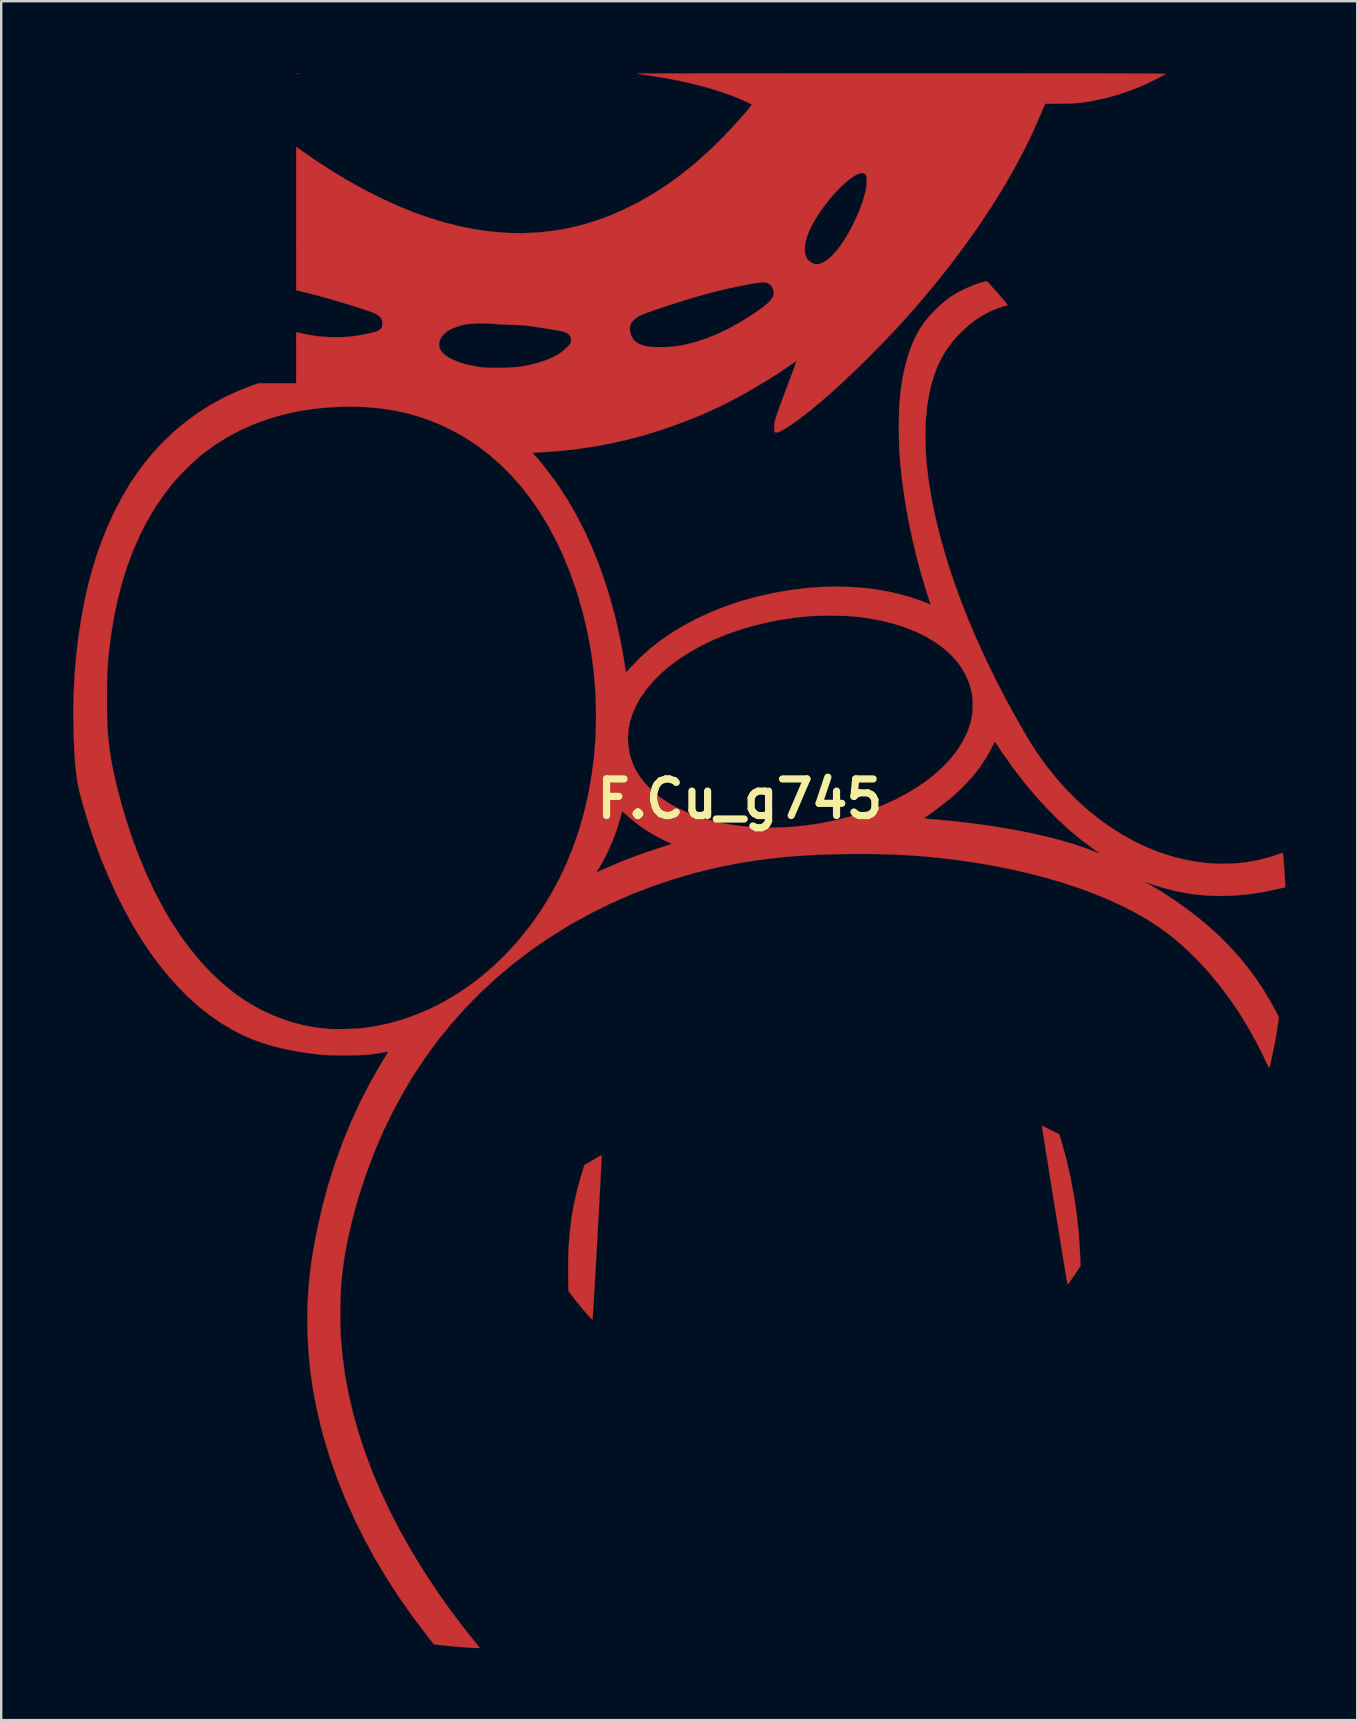
<source format=kicad_pcb>
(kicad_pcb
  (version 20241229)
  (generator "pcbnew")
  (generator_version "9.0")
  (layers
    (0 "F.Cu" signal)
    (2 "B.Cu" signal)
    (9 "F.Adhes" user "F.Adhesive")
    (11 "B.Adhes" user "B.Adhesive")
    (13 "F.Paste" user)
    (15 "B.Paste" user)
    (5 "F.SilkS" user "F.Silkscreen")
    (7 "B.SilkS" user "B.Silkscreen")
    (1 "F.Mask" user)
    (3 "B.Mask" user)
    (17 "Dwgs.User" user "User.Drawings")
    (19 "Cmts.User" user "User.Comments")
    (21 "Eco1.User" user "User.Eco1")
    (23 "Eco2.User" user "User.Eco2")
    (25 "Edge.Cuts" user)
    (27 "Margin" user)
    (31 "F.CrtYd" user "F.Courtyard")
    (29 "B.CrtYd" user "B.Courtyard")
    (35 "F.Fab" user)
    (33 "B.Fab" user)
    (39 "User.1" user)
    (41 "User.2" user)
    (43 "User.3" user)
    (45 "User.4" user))
  (footprint "F.Cu_g745"
    (layer "F.Cu")
    (at 27.767 30.23)
    (property "Reference" "F.Cu_g745" (at 0 0 0) (layer "F.SilkS") (effects (font (size 1.524 1.524) (thickness 0.3))))
    (attr through_hole)
    (fp_poly (pts (xy -18.378 -30.219) (xy -18.371 -30.213) (xy -18.401 -30.21) (xy -18.415 -30.21) (xy -18.454 -30.212) (xy -18.458 -30.217) (xy -18.452 -30.219) (xy -18.398 -30.223) (xy -18.378 -30.219)) (stroke (width 0.01) (type solid)) (fill yes) (layer "F.Cu"))
    (fp_poly (pts (xy -5.761 14.907) (xy -5.761 14.937) (xy -5.764 15.006) (xy -5.768 15.112) (xy -5.775 15.251) (xy -5.783 15.422) (xy -5.794 15.621) (xy -5.805 15.845) (xy -5.818 16.092) (xy -5.832 16.359) (xy -5.848 16.643) (xy -5.864 16.942) (xy -5.881 17.252) (xy -5.898 17.571) (xy -5.916 17.895) (xy -5.934 18.223) (xy -5.952 18.552) (xy -5.97 18.878) (xy -5.989 19.199) (xy -6.006 19.512) (xy -6.023 19.814) (xy -6.04 20.103) (xy -6.056 20.376) (xy -6.07 20.629) (xy -6.084 20.861) (xy -6.096 21.068) (xy -6.107 21.247) (xy -6.117 21.397) (xy -6.124 21.513) (xy -6.13 21.594) (xy -6.134 21.636) (xy -6.135 21.641) (xy -6.141 21.662) (xy -6.15 21.672) (xy -6.166 21.668) (xy -6.192 21.646) (xy -6.234 21.603) (xy -6.295 21.536) (xy -6.378 21.441) (xy -6.397 21.419) (xy -6.592 21.191) (xy -6.767 20.979) (xy -6.919 20.788) (xy -7.042 20.621) (xy -7.137 20.489) (xy -7.149 19.817) (xy -7.149 19.184) (xy -7.125 18.58) (xy -7.078 17.998) (xy -7.005 17.431) (xy -6.907 16.872) (xy -6.781 16.314) (xy -6.627 15.75) (xy -6.558 15.523) (xy -6.471 15.244) (xy -5.768 14.84) (xy -5.761 14.907)) (stroke (width 0.01) (type solid)) (fill yes) (layer "F.Cu"))
    (fp_poly (pts (xy 12.603 13.621) (xy 12.655 13.644) (xy 12.733 13.681) (xy 12.831 13.73) (xy 12.942 13.786) (xy 12.95 13.79) (xy 13.308 13.974) (xy 13.395 14.263) (xy 13.596 14.992) (xy 13.769 15.746) (xy 13.914 16.518) (xy 14.03 17.301) (xy 14.114 18.086) (xy 14.166 18.866) (xy 14.173 19.043) (xy 14.188 19.448) (xy 14.097 19.593) (xy 14.047 19.67) (xy 13.979 19.771) (xy 13.901 19.883) (xy 13.822 19.997) (xy 13.748 20.1) (xy 13.688 20.182) (xy 13.664 20.211) (xy 13.652 20.203) (xy 13.644 20.172) (xy 13.638 20.139) (xy 13.625 20.068) (xy 13.607 19.961) (xy 13.584 19.822) (xy 13.556 19.652) (xy 13.523 19.455) (xy 13.487 19.234) (xy 13.447 18.991) (xy 13.404 18.728) (xy 13.359 18.449) (xy 13.311 18.156) (xy 13.262 17.853) (xy 13.211 17.541) (xy 13.16 17.223) (xy 13.108 16.903) (xy 13.056 16.583) (xy 13.005 16.265) (xy 12.954 15.953) (xy 12.905 15.648) (xy 12.858 15.355) (xy 12.813 15.075) (xy 12.771 14.812) (xy 12.732 14.567) (xy 12.696 14.345) (xy 12.665 14.146) (xy 12.638 13.975) (xy 12.615 13.834) (xy 12.599 13.726) (xy 12.588 13.652) (xy 12.583 13.617) (xy 12.583 13.615) (xy 12.603 13.621)) (stroke (width 0.01) (type solid)) (fill yes) (layer "F.Cu"))
    (fp_poly (pts (xy 6.743 -30.225) (xy 7.567 -30.225) (xy 8.35 -30.225) (xy 9.093 -30.225) (xy 9.796 -30.225) (xy 10.461 -30.225) (xy 11.089 -30.225) (xy 11.681 -30.224) (xy 12.237 -30.224) (xy 12.76 -30.224) (xy 13.249 -30.223) (xy 13.706 -30.223) (xy 14.132 -30.223) (xy 14.528 -30.222) (xy 14.896 -30.222) (xy 15.235 -30.221) (xy 15.547 -30.22) (xy 15.833 -30.22) (xy 16.095 -30.219) (xy 16.332 -30.218) (xy 16.547 -30.217) (xy 16.74 -30.216) (xy 16.912 -30.215) (xy 17.064 -30.214) (xy 17.198 -30.212) (xy 17.314 -30.211) (xy 17.413 -30.21) (xy 17.497 -30.208) (xy 17.566 -30.206) (xy 17.621 -30.205) (xy 17.664 -30.203) (xy 17.695 -30.201) (xy 17.716 -30.199) (xy 17.727 -30.197) (xy 17.729 -30.194) (xy 17.729 -30.194) (xy 17.687 -30.168) (xy 17.613 -30.127) (xy 17.514 -30.075) (xy 17.397 -30.015) (xy 17.266 -29.95) (xy 17.13 -29.884) (xy 16.995 -29.819) (xy 16.867 -29.759) (xy 16.753 -29.707) (xy 16.665 -29.668) (xy 16.232 -29.5) (xy 15.783 -29.349) (xy 15.331 -29.22) (xy 14.892 -29.118) (xy 14.83 -29.106) (xy 14.629 -29.068) (xy 14.453 -29.038) (xy 14.292 -29.014) (xy 14.138 -28.996) (xy 13.98 -28.983) (xy 13.811 -28.974) (xy 13.619 -28.969) (xy 13.397 -28.965) (xy 13.346 -28.965) (xy 12.712 -28.959) (xy 12.583 -28.645) (xy 12.238 -27.852) (xy 11.852 -27.052) (xy 11.424 -26.246) (xy 10.955 -25.433) (xy 10.446 -24.615) (xy 9.895 -23.792) (xy 9.305 -22.964) (xy 8.674 -22.132) (xy 8.366 -21.743) (xy 7.968 -21.252) (xy 7.577 -20.784) (xy 7.185 -20.331) (xy 6.786 -19.886) (xy 6.375 -19.44) (xy 5.942 -18.988) (xy 5.483 -18.52) (xy 5.388 -18.424) (xy 4.957 -17.999) (xy 4.537 -17.596) (xy 4.131 -17.218) (xy 3.739 -16.865) (xy 3.364 -16.539) (xy 3.008 -16.242) (xy 2.671 -15.976) (xy 2.356 -15.741) (xy 2.117 -15.574) (xy 1.933 -15.454) (xy 1.779 -15.364) (xy 1.655 -15.301) (xy 1.559 -15.267) (xy 1.492 -15.26) (xy 1.451 -15.281) (xy 1.448 -15.286) (xy 1.441 -15.317) (xy 1.437 -15.379) (xy 1.435 -15.46) (xy 1.435 -15.492) (xy 1.437 -15.558) (xy 1.442 -15.623) (xy 1.452 -15.691) (xy 1.468 -15.767) (xy 1.492 -15.855) (xy 1.524 -15.959) (xy 1.566 -16.083) (xy 1.618 -16.232) (xy 1.683 -16.41) (xy 1.762 -16.622) (xy 1.802 -16.727) (xy 1.913 -17.024) (xy 2.01 -17.283) (xy 2.094 -17.506) (xy 2.164 -17.696) (xy 2.223 -17.853) (xy 2.27 -17.981) (xy 2.306 -18.081) (xy 2.333 -18.156) (xy 2.35 -18.206) (xy 2.358 -18.234) (xy 2.359 -18.242) (xy 2.341 -18.233) (xy 2.293 -18.202) (xy 2.221 -18.155) (xy 2.13 -18.093) (xy 2.024 -18.021) (xy 1.99 -17.997) (xy 1.586 -17.725) (xy 1.156 -17.452) (xy 0.71 -17.183) (xy 0.255 -16.921) (xy -0.199 -16.673) (xy -0.645 -16.443) (xy -1.074 -16.235) (xy -1.281 -16.14) (xy -1.74 -15.943) (xy -2.229 -15.748) (xy -2.735 -15.56) (xy -3.243 -15.385) (xy -3.741 -15.226) (xy -4.011 -15.146) (xy -4.67 -14.971) (xy -5.351 -14.817) (xy -6.043 -14.687) (xy -6.737 -14.582) (xy -7.423 -14.503) (xy -8.092 -14.453) (xy -8.295 -14.443) (xy -8.41 -14.438) (xy -8.508 -14.431) (xy -8.583 -14.425) (xy -8.627 -14.419) (xy -8.636 -14.415) (xy -8.622 -14.393) (xy -8.587 -14.355) (xy -8.571 -14.339) (xy -8.51 -14.275) (xy -8.428 -14.182) (xy -8.33 -14.065) (xy -8.22 -13.929) (xy -8.102 -13.779) (xy -7.98 -13.621) (xy -7.858 -13.46) (xy -7.74 -13.301) (xy -7.631 -13.149) (xy -7.553 -13.039) (xy -7.174 -12.455) (xy -6.817 -11.837) (xy -6.482 -11.187) (xy -6.171 -10.506) (xy -5.885 -9.798) (xy -5.623 -9.063) (xy -5.388 -8.306) (xy -5.18 -7.527) (xy -5 -6.729) (xy -4.986 -6.661) (xy -4.955 -6.503) (xy -4.922 -6.326) (xy -4.889 -6.14) (xy -4.856 -5.954) (xy -4.827 -5.776) (xy -4.801 -5.616) (xy -4.782 -5.482) (xy -4.772 -5.413) (xy -4.762 -5.346) (xy -4.75 -5.298) (xy -4.743 -5.282) (xy -4.724 -5.294) (xy -4.683 -5.332) (xy -4.624 -5.392) (xy -4.552 -5.468) (xy -4.505 -5.52) (xy -4.139 -5.899) (xy -3.735 -6.26) (xy -3.297 -6.603) (xy -2.826 -6.927) (xy -2.324 -7.23) (xy -1.793 -7.51) (xy -1.237 -7.768) (xy -0.656 -8.001) (xy -0.053 -8.207) (xy 0.067 -8.245) (xy 0.727 -8.428) (xy 1.394 -8.578) (xy 2.065 -8.695) (xy 2.735 -8.779) (xy 3.4 -8.829) (xy 4.057 -8.844) (xy 4.701 -8.825) (xy 5.33 -8.772) (xy 5.853 -8.698) (xy 6.288 -8.615) (xy 6.713 -8.514) (xy 7.119 -8.399) (xy 7.498 -8.271) (xy 7.668 -8.206) (xy 7.952 -8.092) (xy 7.837 -8.443) (xy 7.601 -9.211) (xy 7.386 -9.994) (xy 7.195 -10.784) (xy 7.029 -11.577) (xy 6.889 -12.365) (xy 6.776 -13.142) (xy 6.691 -13.901) (xy 6.647 -14.467) (xy 6.64 -14.61) (xy 6.634 -14.785) (xy 6.63 -14.984) (xy 6.627 -15.199) (xy 6.626 -15.422) (xy 6.626 -15.645) (xy 6.628 -15.86) (xy 6.632 -16.061) (xy 6.637 -16.238) (xy 6.644 -16.384) (xy 6.647 -16.436) (xy 6.699 -16.986) (xy 6.775 -17.502) (xy 6.873 -17.984) (xy 6.994 -18.432) (xy 7.137 -18.846) (xy 7.302 -19.224) (xy 7.49 -19.567) (xy 7.635 -19.786) (xy 7.836 -20.043) (xy 8.067 -20.298) (xy 8.318 -20.541) (xy 8.579 -20.763) (xy 8.822 -20.941) (xy 8.962 -21.028) (xy 9.131 -21.122) (xy 9.318 -21.216) (xy 9.51 -21.306) (xy 9.696 -21.385) (xy 9.865 -21.449) (xy 9.899 -21.461) (xy 10.032 -21.504) (xy 10.131 -21.535) (xy 10.204 -21.553) (xy 10.258 -21.558) (xy 10.3 -21.548) (xy 10.336 -21.524) (xy 10.375 -21.486) (xy 10.422 -21.432) (xy 10.425 -21.428) (xy 10.533 -21.305) (xy 10.643 -21.18) (xy 10.751 -21.056) (xy 10.853 -20.937) (xy 10.946 -20.829) (xy 11.026 -20.735) (xy 11.09 -20.659) (xy 11.134 -20.605) (xy 11.154 -20.578) (xy 11.155 -20.576) (xy 11.136 -20.565) (xy 11.086 -20.547) (xy 11.015 -20.527) (xy 11.001 -20.523) (xy 10.695 -20.427) (xy 10.384 -20.293) (xy 10.075 -20.125) (xy 9.774 -19.925) (xy 9.591 -19.785) (xy 9.478 -19.688) (xy 9.348 -19.567) (xy 9.21 -19.433) (xy 9.074 -19.294) (xy 8.95 -19.16) (xy 8.847 -19.041) (xy 8.828 -19.018) (xy 8.603 -18.71) (xy 8.405 -18.379) (xy 8.233 -18.022) (xy 8.087 -17.639) (xy 7.965 -17.227) (xy 7.868 -16.785) (xy 7.795 -16.31) (xy 7.745 -15.801) (xy 7.745 -15.801) (xy 7.736 -15.633) (xy 7.731 -15.433) (xy 7.73 -15.209) (xy 7.732 -14.97) (xy 7.737 -14.727) (xy 7.745 -14.488) (xy 7.756 -14.264) (xy 7.77 -14.062) (xy 7.778 -13.97) (xy 7.867 -13.237) (xy 7.991 -12.483) (xy 8.15 -11.711) (xy 8.344 -10.921) (xy 8.572 -10.115) (xy 8.833 -9.296) (xy 9.127 -8.463) (xy 9.454 -7.62) (xy 9.812 -6.767) (xy 10.202 -5.906) (xy 10.622 -5.039) (xy 11.072 -4.167) (xy 11.552 -3.291) (xy 11.636 -3.143) (xy 11.796 -2.866) (xy 11.94 -2.62) (xy 12.072 -2.399) (xy 12.197 -2.199) (xy 12.319 -2.012) (xy 12.44 -1.832) (xy 12.565 -1.655) (xy 12.699 -1.473) (xy 12.784 -1.359) (xy 13.181 -0.861) (xy 13.598 -0.393) (xy 14.033 0.046) (xy 14.484 0.453) (xy 14.949 0.828) (xy 15.427 1.171) (xy 15.917 1.481) (xy 16.416 1.758) (xy 16.924 2.001) (xy 17.438 2.209) (xy 17.957 2.381) (xy 18.48 2.518) (xy 19.004 2.617) (xy 19.529 2.68) (xy 20.052 2.705) (xy 20.572 2.691) (xy 21.088 2.639) (xy 21.598 2.547) (xy 22.1 2.414) (xy 22.3 2.349) (xy 22.399 2.315) (xy 22.486 2.285) (xy 22.551 2.263) (xy 22.586 2.252) (xy 22.587 2.251) (xy 22.605 2.252) (xy 22.618 2.274) (xy 22.627 2.324) (xy 22.635 2.395) (xy 22.645 2.509) (xy 22.655 2.645) (xy 22.666 2.793) (xy 22.677 2.947) (xy 22.687 3.1) (xy 22.696 3.244) (xy 22.703 3.37) (xy 22.709 3.473) (xy 22.711 3.543) (xy 22.712 3.559) (xy 22.712 3.679) (xy 22.484 3.733) (xy 21.838 3.869) (xy 21.206 3.966) (xy 20.588 4.023) (xy 19.982 4.04) (xy 19.388 4.018) (xy 18.805 3.956) (xy 18.232 3.855) (xy 17.668 3.714) (xy 17.291 3.596) (xy 17.183 3.559) (xy 17.081 3.523) (xy 16.996 3.492) (xy 16.94 3.469) (xy 16.939 3.469) (xy 16.886 3.448) (xy 16.853 3.438) (xy 16.849 3.438) (xy 16.866 3.451) (xy 16.913 3.48) (xy 16.983 3.521) (xy 17.066 3.568) (xy 17.569 3.866) (xy 18.067 4.189) (xy 18.555 4.533) (xy 19.027 4.893) (xy 19.477 5.264) (xy 19.899 5.642) (xy 20.287 6.022) (xy 20.423 6.166) (xy 20.809 6.596) (xy 21.16 7.024) (xy 21.483 7.458) (xy 21.784 7.906) (xy 22.068 8.377) (xy 22.314 8.826) (xy 22.453 9.091) (xy 22.394 9.496) (xy 22.373 9.637) (xy 22.351 9.777) (xy 22.33 9.906) (xy 22.312 10.012) (xy 22.3 10.078) (xy 22.274 10.208) (xy 22.245 10.35) (xy 22.214 10.499) (xy 22.182 10.647) (xy 22.151 10.789) (xy 22.123 10.919) (xy 22.098 11.03) (xy 22.078 11.117) (xy 22.063 11.174) (xy 22.057 11.193) (xy 22.043 11.186) (xy 22.015 11.143) (xy 21.976 11.069) (xy 21.926 10.966) (xy 21.919 10.949) (xy 21.594 10.278) (xy 21.241 9.628) (xy 20.862 9.001) (xy 20.459 8.399) (xy 20.033 7.825) (xy 19.586 7.281) (xy 19.12 6.769) (xy 18.637 6.292) (xy 18.138 5.851) (xy 17.875 5.639) (xy 17.448 5.327) (xy 16.981 5.025) (xy 16.478 4.736) (xy 15.939 4.46) (xy 15.367 4.197) (xy 14.763 3.948) (xy 14.13 3.713) (xy 13.468 3.494) (xy 12.782 3.291) (xy 12.071 3.105) (xy 11.338 2.936) (xy 10.585 2.785) (xy 9.814 2.652) (xy 9.026 2.539) (xy 8.784 2.509) (xy 8.27 2.45) (xy 7.77 2.401) (xy 7.278 2.362) (xy 6.785 2.331) (xy 6.283 2.309) (xy 5.764 2.295) (xy 5.221 2.29) (xy 4.645 2.291) (xy 4.541 2.292) (xy 4.16 2.297) (xy 3.813 2.304) (xy 3.493 2.313) (xy 3.19 2.325) (xy 2.896 2.34) (xy 2.605 2.358) (xy 2.307 2.379) (xy 1.994 2.405) (xy 1.895 2.414) (xy 0.944 2.519) (xy 0.003 2.664) (xy -0.927 2.848) (xy -1.844 3.071) (xy -2.747 3.332) (xy -3.634 3.631) (xy -4.504 3.967) (xy -5.356 4.34) (xy -6.188 4.75) (xy -6.998 5.195) (xy -7.26 5.35) (xy -8.033 5.837) (xy -8.776 6.354) (xy -9.488 6.901) (xy -10.17 7.476) (xy -10.82 8.081) (xy -11.44 8.713) (xy -12.028 9.373) (xy -12.585 10.061) (xy -13.109 10.777) (xy -13.601 11.519) (xy -14.061 12.288) (xy -14.488 13.083) (xy -14.882 13.904) (xy -15.243 14.751) (xy -15.57 15.623) (xy -15.864 16.519) (xy -15.867 16.531) (xy -16.002 16.993) (xy -16.126 17.461) (xy -16.239 17.926) (xy -16.339 18.38) (xy -16.423 18.813) (xy -16.476 19.135) (xy -16.525 19.474) (xy -16.565 19.79) (xy -16.595 20.093) (xy -16.618 20.394) (xy -16.633 20.704) (xy -16.642 21.033) (xy -16.645 21.392) (xy -16.645 21.431) (xy -16.644 21.706) (xy -16.641 21.949) (xy -16.634 22.17) (xy -16.625 22.379) (xy -16.611 22.588) (xy -16.593 22.804) (xy -16.569 23.041) (xy -16.55 23.22) (xy -16.443 24.012) (xy -16.294 24.811) (xy -16.104 25.616) (xy -15.875 26.426) (xy -15.605 27.24) (xy -15.297 28.058) (xy -14.949 28.877) (xy -14.562 29.698) (xy -14.138 30.518) (xy -13.676 31.337) (xy -13.176 32.154) (xy -12.64 32.968) (xy -12.428 33.274) (xy -12.257 33.515) (xy -12.067 33.776) (xy -11.865 34.046) (xy -11.658 34.319) (xy -11.452 34.585) (xy -11.254 34.837) (xy -11.069 35.066) (xy -10.982 35.172) (xy -10.923 35.244) (xy -10.875 35.304) (xy -10.845 35.344) (xy -10.837 35.358) (xy -10.857 35.364) (xy -10.911 35.366) (xy -10.991 35.365) (xy -11.089 35.36) (xy -11.144 35.356) (xy -11.195 35.352) (xy -11.278 35.346) (xy -11.384 35.339) (xy -11.503 35.33) (xy -11.557 35.327) (xy -11.698 35.316) (xy -11.85 35.304) (xy -12.007 35.29) (xy -12.162 35.275) (xy -12.311 35.261) (xy -12.447 35.246) (xy -12.564 35.233) (xy -12.656 35.221) (xy -12.719 35.211) (xy -12.745 35.204) (xy -12.745 35.204) (xy -12.761 35.183) (xy -12.8 35.135) (xy -12.856 35.065) (xy -12.925 34.978) (xy -13 34.883) (xy -13.595 34.1) (xy -14.156 33.304) (xy -14.683 32.495) (xy -15.174 31.676) (xy -15.628 30.848) (xy -16.044 30.013) (xy -16.423 29.172) (xy -16.762 28.327) (xy -17.062 27.481) (xy -17.32 26.634) (xy -17.47 26.067) (xy -17.644 25.305) (xy -17.784 24.559) (xy -17.889 23.821) (xy -17.962 23.083) (xy -18.002 22.338) (xy -18.013 21.717) (xy -18.007 21.234) (xy -17.99 20.768) (xy -17.959 20.309) (xy -17.916 19.851) (xy -17.858 19.385) (xy -17.785 18.903) (xy -17.695 18.398) (xy -17.609 17.96) (xy -17.4 17.031) (xy -17.155 16.117) (xy -16.873 15.22) (xy -16.557 14.34) (xy -16.206 13.482) (xy -15.822 12.645) (xy -15.405 11.833) (xy -14.957 11.047) (xy -14.846 10.866) (xy -14.782 10.762) (xy -14.728 10.67) (xy -14.685 10.596) (xy -14.659 10.548) (xy -14.652 10.53) (xy -14.675 10.53) (xy -14.73 10.537) (xy -14.809 10.549) (xy -14.885 10.562) (xy -15.069 10.594) (xy -15.241 10.619) (xy -15.409 10.639) (xy -15.58 10.654) (xy -15.763 10.665) (xy -15.965 10.673) (xy -16.193 10.677) (xy -16.455 10.678) (xy -16.468 10.678) (xy -16.701 10.678) (xy -16.9 10.676) (xy -17.074 10.672) (xy -17.23 10.665) (xy -17.378 10.656) (xy -17.526 10.642) (xy -17.682 10.625) (xy -17.855 10.603) (xy -18.013 10.581) (xy -18.535 10.498) (xy -19.022 10.4) (xy -19.479 10.286) (xy -19.912 10.153) (xy -20.324 10.001) (xy -20.722 9.826) (xy -21.111 9.627) (xy -21.496 9.403) (xy -21.664 9.297) (xy -22.101 8.993) (xy -22.533 8.648) (xy -22.958 8.267) (xy -23.375 7.85) (xy -23.78 7.4) (xy -24.172 6.92) (xy -24.548 6.413) (xy -24.906 5.88) (xy -24.926 5.848) (xy -25.295 5.237) (xy -25.65 4.59) (xy -25.988 3.913) (xy -26.308 3.21) (xy -26.607 2.487) (xy -26.883 1.747) (xy -27.135 0.997) (xy -27.36 0.241) (xy -27.506 -0.312) (xy -27.547 -0.491) (xy -27.584 -0.677) (xy -27.617 -0.875) (xy -27.645 -1.087) (xy -27.67 -1.32) (xy -27.692 -1.575) (xy -27.71 -1.858) (xy -27.727 -2.173) (xy -27.741 -2.523) (xy -27.751 -2.794) (xy -27.762 -3.593) (xy -27.751 -4.191) (xy -26.363 -4.191) (xy -26.362 -3.923) (xy -26.361 -3.691) (xy -26.359 -3.489) (xy -26.356 -3.311) (xy -26.351 -3.15) (xy -26.344 -3.001) (xy -26.335 -2.856) (xy -26.324 -2.711) (xy -26.31 -2.558) (xy -26.293 -2.392) (xy -26.277 -2.244) (xy -26.232 -1.902) (xy -26.169 -1.528) (xy -26.09 -1.128) (xy -25.996 -0.706) (xy -25.888 -0.27) (xy -25.769 0.176) (xy -25.639 0.626) (xy -25.5 1.075) (xy -25.353 1.516) (xy -25.291 1.693) (xy -25.005 2.451) (xy -24.701 3.173) (xy -24.378 3.859) (xy -24.037 4.509) (xy -23.678 5.122) (xy -23.3 5.698) (xy -22.905 6.237) (xy -22.493 6.739) (xy -22.063 7.202) (xy -21.615 7.627) (xy -21.151 8.014) (xy -21.076 8.071) (xy -20.649 8.373) (xy -20.2 8.645) (xy -19.734 8.886) (xy -19.256 9.094) (xy -18.77 9.267) (xy -18.28 9.403) (xy -17.79 9.501) (xy -17.462 9.545) (xy -17.363 9.555) (xy -17.272 9.565) (xy -17.204 9.572) (xy -17.177 9.575) (xy -17.097 9.581) (xy -16.983 9.584) (xy -16.843 9.586) (xy -16.684 9.586) (xy -16.515 9.585) (xy -16.344 9.582) (xy -16.178 9.577) (xy -16.026 9.571) (xy -15.895 9.564) (xy -15.795 9.556) (xy -15.203 9.473) (xy -14.615 9.349) (xy -14.034 9.184) (xy -13.46 8.98) (xy -12.896 8.737) (xy -12.343 8.456) (xy -11.802 8.138) (xy -11.274 7.784) (xy -10.762 7.394) (xy -10.267 6.97) (xy -9.791 6.512) (xy -9.334 6.022) (xy -9.136 5.791) (xy -8.686 5.222) (xy -8.269 4.626) (xy -7.886 4.006) (xy -7.537 3.362) (xy -7.399 3.068) (xy -5.989 3.068) (xy -5.868 3.014) (xy -5.801 2.984) (xy -5.708 2.942) (xy -5.6 2.895) (xy -5.49 2.846) (xy -5.482 2.843) (xy -5.195 2.719) (xy -4.913 2.602) (xy -4.628 2.49) (xy -4.33 2.378) (xy -4.013 2.265) (xy -3.668 2.147) (xy -3.45 2.074) (xy -2.826 1.867) (xy -2.985 1.797) (xy -3.403 1.595) (xy -3.805 1.363) (xy -4.184 1.107) (xy -4.533 0.83) (xy -4.691 0.689) (xy -4.769 0.618) (xy -4.835 0.562) (xy -4.883 0.525) (xy -4.908 0.511) (xy -4.911 0.513) (xy -4.917 0.551) (xy -4.934 0.621) (xy -4.961 0.718) (xy -4.994 0.833) (xy -5.032 0.961) (xy -5.073 1.093) (xy -5.114 1.224) (xy -5.154 1.345) (xy -5.19 1.45) (xy -5.198 1.472) (xy -5.334 1.823) (xy -5.487 2.169) (xy -5.651 2.498) (xy -5.82 2.8) (xy -5.898 2.926) (xy -5.989 3.068) (xy -7.399 3.068) (xy -7.223 2.695) (xy -6.943 2.006) (xy -6.698 1.296) (xy -6.488 0.566) (xy -6.314 -0.184) (xy -6.176 -0.952) (xy -6.075 -1.738) (xy -6.012 -2.508) (xy -6.011 -2.52) (xy -4.666 -2.52) (xy -4.645 -2.184) (xy -4.583 -1.851) (xy -4.506 -1.594) (xy -4.397 -1.327) (xy -4.263 -1.078) (xy -4.099 -0.838) (xy -3.902 -0.602) (xy -3.779 -0.473) (xy -3.674 -0.372) (xy -3.559 -0.266) (xy -3.446 -0.167) (xy -3.345 -0.085) (xy -3.311 -0.059) (xy -2.95 0.183) (xy -2.555 0.4) (xy -2.129 0.593) (xy -1.673 0.76) (xy -1.189 0.902) (xy -0.678 1.018) (xy -0.142 1.106) (xy 0.417 1.167) (xy 0.656 1.185) (xy 0.804 1.191) (xy 0.985 1.195) (xy 1.188 1.195) (xy 1.402 1.194) (xy 1.619 1.19) (xy 1.827 1.183) (xy 2.017 1.175) (xy 2.179 1.164) (xy 2.191 1.163) (xy 2.78 1.101) (xy 3.358 1.014) (xy 3.922 0.903) (xy 4.405 0.785) (xy 7.698 0.785) (xy 7.699 0.8) (xy 7.725 0.812) (xy 7.778 0.822) (xy 7.862 0.831) (xy 7.981 0.842) (xy 8.138 0.855) (xy 8.16 0.857) (xy 8.888 0.926) (xy 9.598 1.008) (xy 10.287 1.1) (xy 10.953 1.204) (xy 11.594 1.318) (xy 12.208 1.442) (xy 12.791 1.575) (xy 13.342 1.717) (xy 13.858 1.868) (xy 14.337 2.027) (xy 14.764 2.188) (xy 14.869 2.23) (xy 14.94 2.259) (xy 14.983 2.275) (xy 15.004 2.281) (xy 15.007 2.28) (xy 15 2.272) (xy 14.996 2.268) (xy 14.971 2.25) (xy 14.92 2.213) (xy 14.847 2.162) (xy 14.761 2.102) (xy 14.743 2.089) (xy 14.246 1.722) (xy 13.752 1.314) (xy 13.265 0.867) (xy 12.784 0.384) (xy 12.312 -0.135) (xy 11.85 -0.688) (xy 11.4 -1.272) (xy 10.964 -1.887) (xy 10.911 -1.965) (xy 10.62 -2.396) (xy 10.49 -2.135) (xy 10.259 -1.719) (xy 9.988 -1.313) (xy 9.676 -0.919) (xy 9.325 -0.537) (xy 8.935 -0.167) (xy 8.76 -0.017) (xy 8.686 0.044) (xy 8.584 0.124) (xy 8.464 0.217) (xy 8.332 0.317) (xy 8.197 0.419) (xy 8.066 0.516) (xy 7.948 0.603) (xy 7.848 0.675) (xy 7.805 0.705) (xy 7.754 0.739) (xy 7.718 0.765) (xy 7.698 0.785) (xy 4.405 0.785) (xy 4.472 0.769) (xy 5.005 0.612) (xy 5.52 0.435) (xy 6.014 0.237) (xy 6.485 0.021) (xy 6.932 -0.214) (xy 7.353 -0.466) (xy 7.746 -0.734) (xy 8.108 -1.017) (xy 8.439 -1.314) (xy 8.736 -1.624) (xy 8.997 -1.947) (xy 9.22 -2.281) (xy 9.4 -2.614) (xy 9.506 -2.86) (xy 9.588 -3.103) (xy 9.654 -3.365) (xy 9.656 -3.374) (xy 9.686 -3.566) (xy 9.701 -3.784) (xy 9.702 -4.01) (xy 9.689 -4.23) (xy 9.661 -4.429) (xy 9.655 -4.461) (xy 9.561 -4.801) (xy 9.429 -5.125) (xy 9.257 -5.433) (xy 9.046 -5.725) (xy 8.796 -6.001) (xy 8.506 -6.261) (xy 8.178 -6.505) (xy 8.157 -6.519) (xy 7.779 -6.748) (xy 7.368 -6.953) (xy 6.923 -7.133) (xy 6.446 -7.288) (xy 5.938 -7.418) (xy 5.4 -7.521) (xy 4.911 -7.59) (xy 4.751 -7.605) (xy 4.557 -7.618) (xy 4.337 -7.627) (xy 4.101 -7.633) (xy 3.855 -7.637) (xy 3.61 -7.637) (xy 3.372 -7.634) (xy 3.15 -7.627) (xy 2.954 -7.617) (xy 2.87 -7.611) (xy 2.259 -7.547) (xy 1.659 -7.457) (xy 1.073 -7.34) (xy 0.503 -7.198) (xy -0.049 -7.033) (xy -0.581 -6.844) (xy -1.09 -6.634) (xy -1.575 -6.402) (xy -2.033 -6.15) (xy -2.463 -5.879) (xy -2.862 -5.59) (xy -3.228 -5.284) (xy -3.558 -4.961) (xy -3.852 -4.623) (xy -3.928 -4.525) (xy -4.152 -4.198) (xy -4.336 -3.867) (xy -4.48 -3.532) (xy -4.583 -3.195) (xy -4.645 -2.858) (xy -4.666 -2.52) (xy -6.011 -2.52) (xy -6.003 -2.691) (xy -5.997 -2.906) (xy -5.993 -3.144) (xy -5.991 -3.396) (xy -5.992 -3.65) (xy -5.994 -3.898) (xy -5.999 -4.13) (xy -6.007 -4.337) (xy -6.012 -4.437) (xy -6.079 -5.264) (xy -6.187 -6.082) (xy -6.335 -6.895) (xy -6.524 -7.704) (xy -6.755 -8.512) (xy -6.857 -8.826) (xy -7.104 -9.518) (xy -7.377 -10.179) (xy -7.676 -10.811) (xy -8 -11.412) (xy -8.348 -11.981) (xy -8.72 -12.519) (xy -9.115 -13.024) (xy -9.533 -13.496) (xy -9.973 -13.934) (xy -10.435 -14.338) (xy -10.918 -14.707) (xy -11.421 -15.04) (xy -11.944 -15.337) (xy -12.486 -15.597) (xy -13.048 -15.82) (xy -13.229 -15.883) (xy -13.801 -16.052) (xy -14.386 -16.182) (xy -14.985 -16.273) (xy -15.601 -16.327) (xy -15.838 -16.337) (xy -16.523 -16.341) (xy -17.192 -16.308) (xy -17.844 -16.239) (xy -18.477 -16.134) (xy -19.092 -15.993) (xy -19.686 -15.817) (xy -20.26 -15.605) (xy -20.812 -15.358) (xy -21.342 -15.076) (xy -21.848 -14.76) (xy -22.33 -14.41) (xy -22.511 -14.265) (xy -22.622 -14.168) (xy -22.755 -14.047) (xy -22.901 -13.907) (xy -23.054 -13.756) (xy -23.207 -13.602) (xy -23.353 -13.45) (xy -23.484 -13.309) (xy -23.595 -13.184) (xy -23.634 -13.138) (xy -24.021 -12.636) (xy -24.38 -12.104) (xy -24.71 -11.541) (xy -25.011 -10.948) (xy -25.283 -10.325) (xy -25.526 -9.674) (xy -25.739 -8.993) (xy -25.922 -8.284) (xy -26.076 -7.548) (xy -26.2 -6.783) (xy -26.234 -6.53) (xy -26.263 -6.295) (xy -26.287 -6.082) (xy -26.307 -5.884) (xy -26.323 -5.694) (xy -26.336 -5.505) (xy -26.346 -5.311) (xy -26.353 -5.105) (xy -26.358 -4.881) (xy -26.361 -4.631) (xy -26.362 -4.349) (xy -26.363 -4.191) (xy -27.751 -4.191) (xy -27.747 -4.396) (xy -27.705 -5.197) (xy -27.637 -5.993) (xy -27.545 -6.777) (xy -27.427 -7.545) (xy -27.286 -8.291) (xy -27.121 -9.01) (xy -26.977 -9.546) (xy -26.779 -10.184) (xy -26.553 -10.811) (xy -26.303 -11.42) (xy -26.029 -12.007) (xy -25.736 -12.568) (xy -25.424 -13.096) (xy -25.263 -13.346) (xy -24.882 -13.88) (xy -24.473 -14.384) (xy -24.035 -14.857) (xy -23.57 -15.299) (xy -23.08 -15.707) (xy -22.566 -16.082) (xy -22.027 -16.423) (xy -21.466 -16.729) (xy -20.883 -16.998) (xy -20.28 -17.231) (xy -20.26 -17.238) (xy -20.041 -17.314) (xy -19.26 -17.314) (xy -18.479 -17.314) (xy -18.479 -18.953) (xy -12.53 -18.953) (xy -12.514 -18.813) (xy -12.48 -18.721) (xy -12.407 -18.609) (xy -12.294 -18.501) (xy -12.146 -18.398) (xy -11.965 -18.302) (xy -11.755 -18.214) (xy -11.519 -18.136) (xy -11.259 -18.068) (xy -10.981 -18.013) (xy -10.76 -17.98) (xy -10.622 -17.968) (xy -10.451 -17.959) (xy -10.256 -17.956) (xy -10.047 -17.956) (xy -9.833 -17.96) (xy -9.623 -17.968) (xy -9.425 -17.98) (xy -9.25 -17.995) (xy -9.115 -18.012) (xy -8.781 -18.073) (xy -8.464 -18.15) (xy -8.169 -18.241) (xy -7.902 -18.344) (xy -7.667 -18.458) (xy -7.493 -18.564) (xy -7.41 -18.626) (xy -7.319 -18.702) (xy -7.229 -18.784) (xy -7.149 -18.863) (xy -7.089 -18.929) (xy -7.068 -18.957) (xy -7.037 -19.036) (xy -7.029 -19.131) (xy -7.044 -19.224) (xy -7.058 -19.26) (xy -7.107 -19.332) (xy -7.174 -19.391) (xy -7.266 -19.438) (xy -7.386 -19.477) (xy -7.541 -19.51) (xy -7.641 -19.526) (xy -7.74 -19.542) (xy -7.848 -19.559) (xy -4.583 -19.559) (xy -4.564 -19.419) (xy -4.52 -19.287) (xy -4.442 -19.154) (xy -4.34 -19.046) (xy -4.21 -18.961) (xy -4.047 -18.896) (xy -3.855 -18.85) (xy -3.746 -18.836) (xy -3.606 -18.826) (xy -3.442 -18.821) (xy -3.267 -18.82) (xy -3.09 -18.823) (xy -2.92 -18.83) (xy -2.768 -18.842) (xy -2.696 -18.85) (xy -2.268 -18.924) (xy -1.828 -19.037) (xy -1.378 -19.187) (xy -0.921 -19.373) (xy -0.461 -19.594) (xy 0.001 -19.848) (xy 0.441 -20.122) (xy 0.673 -20.278) (xy 0.87 -20.416) (xy 1.032 -20.54) (xy 1.163 -20.652) (xy 1.265 -20.754) (xy 1.339 -20.848) (xy 1.387 -20.937) (xy 1.411 -21.023) (xy 1.414 -21.109) (xy 1.397 -21.196) (xy 1.387 -21.229) (xy 1.326 -21.356) (xy 1.244 -21.447) (xy 1.139 -21.503) (xy 1.009 -21.526) (xy 0.98 -21.526) (xy 0.902 -21.521) (xy 0.788 -21.508) (xy 0.644 -21.486) (xy 0.474 -21.457) (xy 0.285 -21.422) (xy 0.08 -21.382) (xy -0.134 -21.339) (xy -0.352 -21.293) (xy -0.569 -21.245) (xy -0.78 -21.196) (xy -0.979 -21.147) (xy -1.079 -21.122) (xy -1.296 -21.064) (xy -1.53 -20.999) (xy -1.778 -20.928) (xy -2.035 -20.852) (xy -2.296 -20.773) (xy -2.558 -20.692) (xy -2.815 -20.61) (xy -3.064 -20.53) (xy -3.301 -20.451) (xy -3.52 -20.377) (xy -3.718 -20.307) (xy -3.89 -20.244) (xy -4.033 -20.189) (xy -4.14 -20.143) (xy -4.177 -20.126) (xy -4.302 -20.05) (xy -4.414 -19.957) (xy -4.502 -19.857) (xy -4.536 -19.802) (xy -4.574 -19.69) (xy -4.583 -19.559) (xy -7.848 -19.559) (xy -7.868 -19.562) (xy -8.011 -19.585) (xy -8.156 -19.61) (xy -8.234 -19.623) (xy -8.609 -19.681) (xy -8.947 -19.722) (xy -9.247 -19.744) (xy -9.43 -19.749) (xy -9.539 -19.751) (xy -9.677 -19.756) (xy -9.83 -19.764) (xy -9.983 -19.774) (xy -10.075 -19.78) (xy -10.405 -19.802) (xy -10.698 -19.812) (xy -10.958 -19.81) (xy -11.191 -19.796) (xy -11.401 -19.77) (xy -11.592 -19.731) (xy -11.756 -19.683) (xy -11.939 -19.615) (xy -12.089 -19.542) (xy -12.215 -19.458) (xy -12.328 -19.359) (xy -12.331 -19.357) (xy -12.438 -19.227) (xy -12.504 -19.092) (xy -12.53 -18.953) (xy -18.479 -18.953) (xy -18.479 -19.437) (xy -18.41 -19.424) (xy -18.362 -19.415) (xy -18.284 -19.4) (xy -18.187 -19.38) (xy -18.087 -19.359) (xy -17.818 -19.308) (xy -17.561 -19.271) (xy -17.301 -19.248) (xy -17.024 -19.236) (xy -16.838 -19.234) (xy -16.6 -19.237) (xy -16.385 -19.246) (xy -16.18 -19.264) (xy -15.973 -19.291) (xy -15.752 -19.329) (xy -15.503 -19.379) (xy -15.496 -19.38) (xy -15.319 -19.421) (xy -15.179 -19.46) (xy -15.072 -19.501) (xy -14.995 -19.546) (xy -14.941 -19.598) (xy -14.907 -19.66) (xy -14.889 -19.735) (xy -14.885 -19.766) (xy -14.889 -19.893) (xy -14.926 -20.002) (xy -15.001 -20.097) (xy -15.114 -20.18) (xy -15.174 -20.213) (xy -15.248 -20.245) (xy -15.358 -20.288) (xy -15.5 -20.338) (xy -15.67 -20.396) (xy -15.863 -20.459) (xy -16.074 -20.526) (xy -16.299 -20.596) (xy -16.534 -20.668) (xy -16.774 -20.739) (xy -17.015 -20.809) (xy -17.252 -20.877) (xy -17.481 -20.941) (xy -17.697 -20.999) (xy -17.896 -21.05) (xy -17.947 -21.063) (xy -18.479 -21.195) (xy -18.479 -22.81) (xy 2.702 -22.81) (xy 2.734 -22.648) (xy 2.798 -22.511) (xy 2.894 -22.4) (xy 2.941 -22.363) (xy 3.054 -22.3) (xy 3.162 -22.273) (xy 3.277 -22.28) (xy 3.377 -22.308) (xy 3.532 -22.382) (xy 3.694 -22.496) (xy 3.859 -22.647) (xy 4.028 -22.834) (xy 4.198 -23.055) (xy 4.368 -23.308) (xy 4.536 -23.591) (xy 4.702 -23.903) (xy 4.863 -24.24) (xy 4.863 -24.24) (xy 4.971 -24.491) (xy 5.064 -24.734) (xy 5.142 -24.967) (xy 5.204 -25.185) (xy 5.25 -25.387) (xy 5.279 -25.569) (xy 5.29 -25.728) (xy 5.284 -25.861) (xy 5.259 -25.964) (xy 5.215 -26.034) (xy 5.185 -26.057) (xy 5.104 -26.077) (xy 5.004 -26.063) (xy 4.886 -26.018) (xy 4.755 -25.945) (xy 4.611 -25.847) (xy 4.458 -25.725) (xy 4.298 -25.582) (xy 4.133 -25.422) (xy 3.966 -25.246) (xy 3.8 -25.058) (xy 3.637 -24.859) (xy 3.48 -24.653) (xy 3.331 -24.442) (xy 3.192 -24.229) (xy 3.066 -24.015) (xy 2.956 -23.805) (xy 2.896 -23.677) (xy 2.799 -23.429) (xy 2.735 -23.202) (xy 2.702 -22.995) (xy 2.702 -22.81) (xy -18.479 -22.81) (xy -18.479 -27.16) (xy -18.314 -27.043) (xy -17.633 -26.571) (xy -16.948 -26.13) (xy -16.265 -25.721) (xy -15.584 -25.346) (xy -14.908 -25.005) (xy -14.24 -24.701) (xy -13.583 -24.433) (xy -13.081 -24.253) (xy -12.384 -24.035) (xy -11.696 -23.859) (xy -11.018 -23.724) (xy -10.347 -23.63) (xy -9.685 -23.577) (xy -9.03 -23.566) (xy -8.383 -23.596) (xy -7.744 -23.668) (xy -7.111 -23.78) (xy -6.484 -23.934) (xy -5.864 -24.129) (xy -5.493 -24.267) (xy -4.856 -24.539) (xy -4.229 -24.852) (xy -3.613 -25.206) (xy -3.007 -25.599) (xy -2.413 -26.031) (xy -1.832 -26.502) (xy -1.265 -27.011) (xy -1.103 -27.166) (xy -0.71 -27.556) (xy -0.337 -27.947) (xy 0.012 -28.333) (xy 0.33 -28.706) (xy 0.335 -28.712) (xy 0.508 -28.923) (xy 0.395 -28.981) (xy 0.068 -29.134) (xy -0.296 -29.282) (xy -0.694 -29.425) (xy -1.121 -29.561) (xy -1.574 -29.69) (xy -2.049 -29.81) (xy -2.541 -29.919) (xy -3.046 -30.018) (xy -3.56 -30.104) (xy -3.892 -30.152) (xy -4.012 -30.169) (xy -4.117 -30.185) (xy -4.2 -30.199) (xy -4.253 -30.209) (xy -4.271 -30.214) (xy -4.251 -30.215) (xy -4.189 -30.216) (xy -4.088 -30.216) (xy -3.948 -30.217) (xy -3.771 -30.218) (xy -3.558 -30.218) (xy -3.31 -30.219) (xy -3.028 -30.22) (xy -2.714 -30.22) (xy -2.368 -30.221) (xy -1.993 -30.221) (xy -1.589 -30.222) (xy -1.157 -30.222) (xy -0.7 -30.223) (xy -0.217 -30.223) (xy 0.29 -30.223) (xy 0.819 -30.224) (xy 1.369 -30.224) (xy 1.939 -30.224) (xy 2.528 -30.225) (xy 3.134 -30.225) (xy 3.757 -30.225) (xy 4.395 -30.225) (xy 5.047 -30.225) (xy 5.711 -30.225) (xy 6.387 -30.225) (xy 6.743 -30.225)) (stroke (width 0.01) (type solid)) (fill yes) (layer "F.Cu")))
  (gr_rect
    (start -3 -3)
    (end 53.484 68.601)
    (stroke (width 0.1) (type default))
    (fill no)
    (layer "Edge.Cuts")))
</source>
